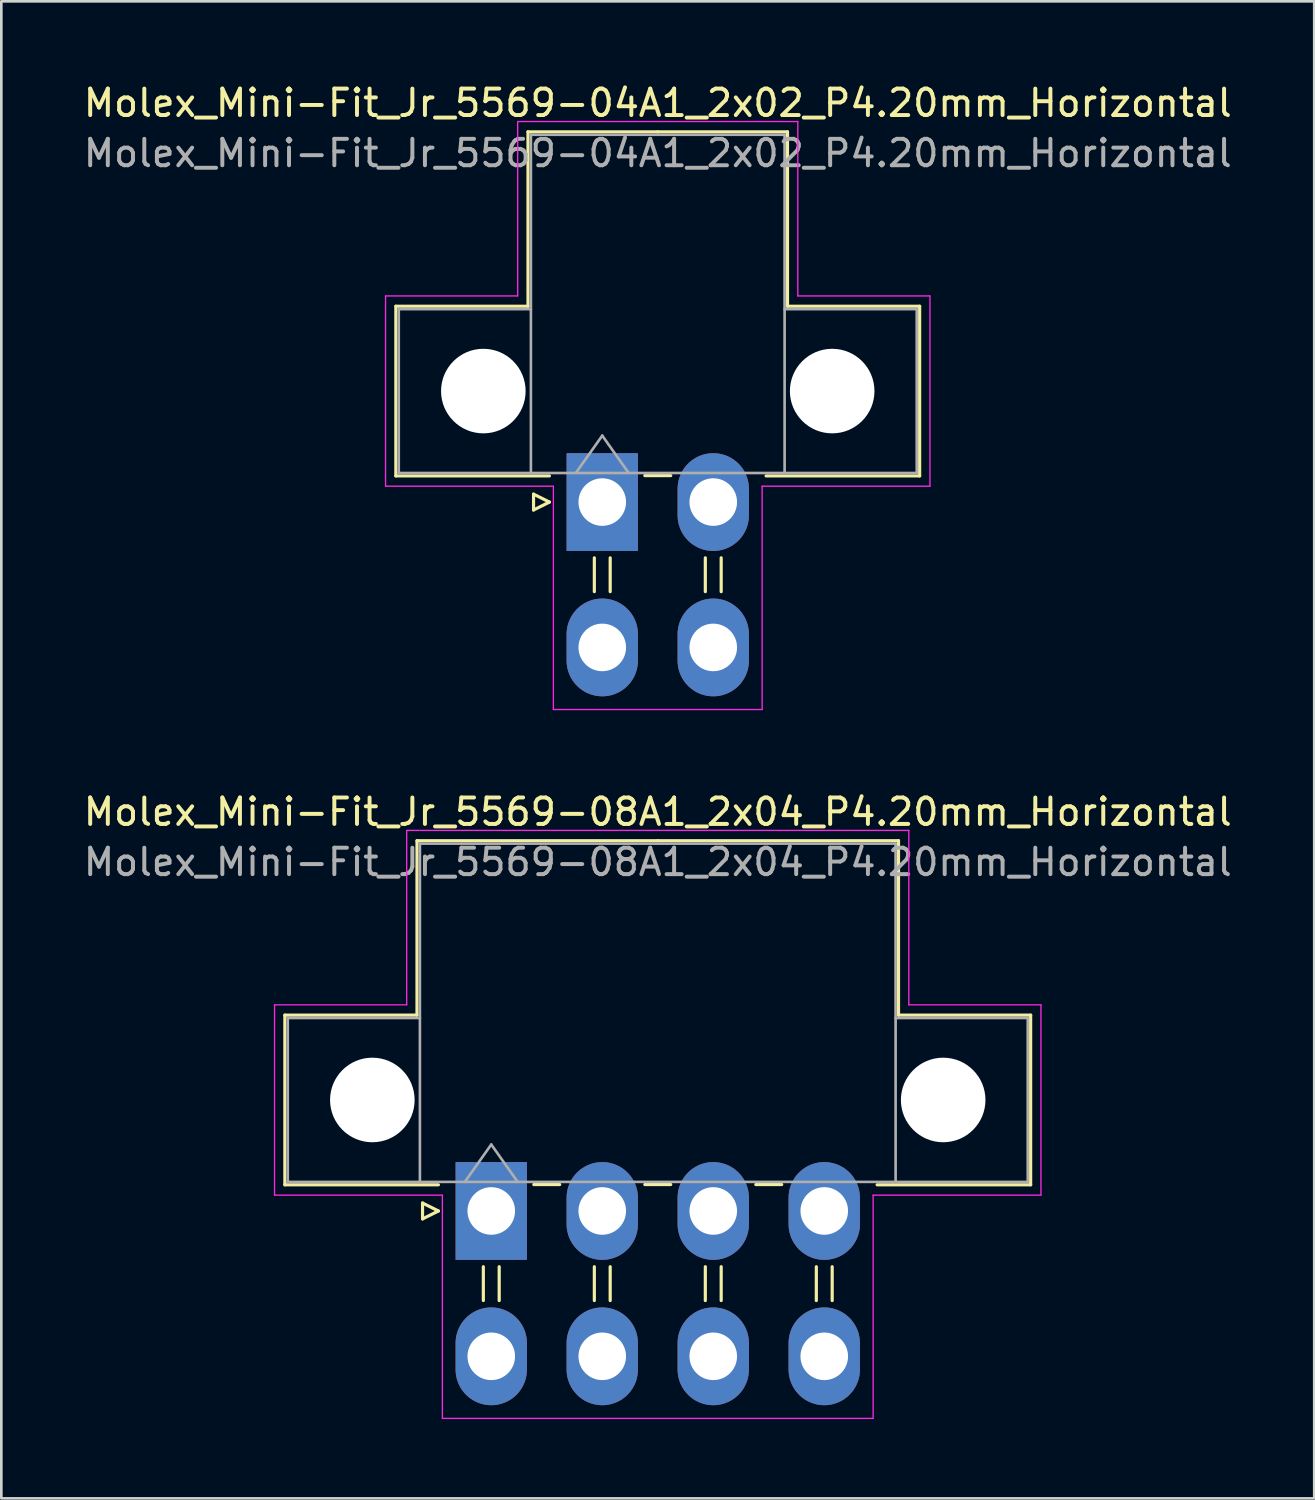
<source format=kicad_pcb>
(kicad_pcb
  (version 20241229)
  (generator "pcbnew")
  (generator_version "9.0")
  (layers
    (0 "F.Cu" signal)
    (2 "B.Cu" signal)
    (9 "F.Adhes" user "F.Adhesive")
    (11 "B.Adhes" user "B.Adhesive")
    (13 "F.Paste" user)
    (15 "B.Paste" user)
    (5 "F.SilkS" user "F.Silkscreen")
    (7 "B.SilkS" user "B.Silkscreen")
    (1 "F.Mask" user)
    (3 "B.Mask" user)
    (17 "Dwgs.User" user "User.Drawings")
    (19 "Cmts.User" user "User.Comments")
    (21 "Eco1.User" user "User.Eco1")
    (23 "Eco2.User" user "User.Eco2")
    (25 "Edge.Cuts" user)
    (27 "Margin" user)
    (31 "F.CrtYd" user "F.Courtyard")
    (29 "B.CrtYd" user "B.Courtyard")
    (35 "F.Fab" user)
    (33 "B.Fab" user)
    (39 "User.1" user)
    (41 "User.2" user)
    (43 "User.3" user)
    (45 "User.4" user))
  (footprint "Molex_Mini-Fit_Jr_5569-08A1_2x04_P4.20mm_Horizontal"
    (layer "F.Cu")
    (at 15.539 42.772)
    (property "Reference" "Molex_Mini-Fit_Jr_5569-08A1_2x04_P4.20mm_Horizontal" (at 6.3 -15.1 0) (layer "F.SilkS") (effects (font (size 1 1) (thickness 0.15))))
    (attr through_hole)
    (fp_line (start -7.81 -7.41) (end -7.81 -0.99) (stroke (width 0.12) (type solid)) (layer "F.SilkS"))
    (fp_line (start -7.81 -0.99) (end -2 -0.99) (stroke (width 0.12) (type solid)) (layer "F.SilkS"))
    (fp_line (start -2.81 -14.01) (end -2.81 -7.41) (stroke (width 0.12) (type solid)) (layer "F.SilkS"))
    (fp_line (start -2.81 -7.41) (end -7.81 -7.41) (stroke (width 0.12) (type solid)) (layer "F.SilkS"))
    (fp_line (start -2.6 -0.3) (end -2 0) (stroke (width 0.12) (type solid)) (layer "F.SilkS"))
    (fp_line (start -2.6 0.3) (end -2.6 -0.3) (stroke (width 0.12) (type solid)) (layer "F.SilkS"))
    (fp_line (start -2 0) (end -2.6 0.3) (stroke (width 0.12) (type solid)) (layer "F.SilkS"))
    (fp_line (start -0.3 2.11) (end -0.3 3.39) (stroke (width 0.12) (type solid)) (layer "F.SilkS"))
    (fp_line (start 0.3 2.11) (end 0.3 3.39) (stroke (width 0.12) (type solid)) (layer "F.SilkS"))
    (fp_line (start 1.61 -1) (end 2.59 -1) (stroke (width 0.12) (type solid)) (layer "F.SilkS"))
    (fp_line (start 3.9 2.11) (end 3.9 3.39) (stroke (width 0.12) (type solid)) (layer "F.SilkS"))
    (fp_line (start 4.5 2.11) (end 4.5 3.39) (stroke (width 0.12) (type solid)) (layer "F.SilkS"))
    (fp_line (start 5.81 -1) (end 6.79 -1) (stroke (width 0.12) (type solid)) (layer "F.SilkS"))
    (fp_line (start 6.3 -14.01) (end -2.81 -14.01) (stroke (width 0.12) (type solid)) (layer "F.SilkS"))
    (fp_line (start 6.3 -14.01) (end 15.41 -14.01) (stroke (width 0.12) (type solid)) (layer "F.SilkS"))
    (fp_line (start 8.1 2.11) (end 8.1 3.39) (stroke (width 0.12) (type solid)) (layer "F.SilkS"))
    (fp_line (start 8.7 2.11) (end 8.7 3.39) (stroke (width 0.12) (type solid)) (layer "F.SilkS"))
    (fp_line (start 10.01 -1) (end 10.99 -1) (stroke (width 0.12) (type solid)) (layer "F.SilkS"))
    (fp_line (start 12.3 2.11) (end 12.3 3.39) (stroke (width 0.12) (type solid)) (layer "F.SilkS"))
    (fp_line (start 12.9 2.11) (end 12.9 3.39) (stroke (width 0.12) (type solid)) (layer "F.SilkS"))
    (fp_line (start 15.41 -14.01) (end 15.41 -7.41) (stroke (width 0.12) (type solid)) (layer "F.SilkS"))
    (fp_line (start 15.41 -7.41) (end 20.41 -7.41) (stroke (width 0.12) (type solid)) (layer "F.SilkS"))
    (fp_line (start 20.41 -7.41) (end 20.41 -0.99) (stroke (width 0.12) (type solid)) (layer "F.SilkS"))
    (fp_line (start 20.41 -0.99) (end 14.6 -0.99) (stroke (width 0.12) (type solid)) (layer "F.SilkS"))
    (fp_line (start -8.2 -7.8) (end -8.2 -0.6) (stroke (width 0.05) (type solid)) (layer "F.CrtYd"))
    (fp_line (start -8.2 -0.6) (end -1.85 -0.6) (stroke (width 0.05) (type solid)) (layer "F.CrtYd"))
    (fp_line (start -3.2 -14.4) (end -3.2 -7.8) (stroke (width 0.05) (type solid)) (layer "F.CrtYd"))
    (fp_line (start -3.2 -7.8) (end -8.2 -7.8) (stroke (width 0.05) (type solid)) (layer "F.CrtYd"))
    (fp_line (start -1.85 -0.6) (end -1.85 7.85) (stroke (width 0.05) (type solid)) (layer "F.CrtYd"))
    (fp_line (start -1.85 7.85) (end 6.3 7.85) (stroke (width 0.05) (type solid)) (layer "F.CrtYd"))
    (fp_line (start 6.3 -14.4) (end -3.2 -14.4) (stroke (width 0.05) (type solid)) (layer "F.CrtYd"))
    (fp_line (start 6.3 -14.4) (end 15.8 -14.4) (stroke (width 0.05) (type solid)) (layer "F.CrtYd"))
    (fp_line (start 14.45 -0.6) (end 14.45 7.85) (stroke (width 0.05) (type solid)) (layer "F.CrtYd"))
    (fp_line (start 14.45 7.85) (end 6.3 7.85) (stroke (width 0.05) (type solid)) (layer "F.CrtYd"))
    (fp_line (start 15.8 -14.4) (end 15.8 -7.8) (stroke (width 0.05) (type solid)) (layer "F.CrtYd"))
    (fp_line (start 15.8 -7.8) (end 20.8 -7.8) (stroke (width 0.05) (type solid)) (layer "F.CrtYd"))
    (fp_line (start 20.8 -7.8) (end 20.8 -0.6) (stroke (width 0.05) (type solid)) (layer "F.CrtYd"))
    (fp_line (start 20.8 -0.6) (end 14.45 -0.6) (stroke (width 0.05) (type solid)) (layer "F.CrtYd"))
    (fp_line (start -7.7 -7.3) (end -7.7 -1.1) (stroke (width 0.1) (type solid)) (layer "F.Fab"))
    (fp_line (start -7.7 -1.1) (end -2.7 -1.1) (stroke (width 0.1) (type solid)) (layer "F.Fab"))
    (fp_line (start -2.7 -13.9) (end -2.7 -1.1) (stroke (width 0.1) (type solid)) (layer "F.Fab"))
    (fp_line (start -2.7 -7.3) (end -7.7 -7.3) (stroke (width 0.1) (type solid)) (layer "F.Fab"))
    (fp_line (start -2.7 -1.1) (end 15.3 -1.1) (stroke (width 0.1) (type solid)) (layer "F.Fab"))
    (fp_line (start -1 -1.1) (end 0 -2.514) (stroke (width 0.1) (type solid)) (layer "F.Fab"))
    (fp_line (start 0 -2.514) (end 1 -1.1) (stroke (width 0.1) (type solid)) (layer "F.Fab"))
    (fp_line (start 15.3 -13.9) (end -2.7 -13.9) (stroke (width 0.1) (type solid)) (layer "F.Fab"))
    (fp_line (start 15.3 -7.3) (end 20.3 -7.3) (stroke (width 0.1) (type solid)) (layer "F.Fab"))
    (fp_line (start 15.3 -1.1) (end 15.3 -13.9) (stroke (width 0.1) (type solid)) (layer "F.Fab"))
    (fp_line (start 20.3 -7.3) (end 20.3 -1.1) (stroke (width 0.1) (type solid)) (layer "F.Fab"))
    (fp_line (start 20.3 -1.1) (end 15.3 -1.1) (stroke (width 0.1) (type solid)) (layer "F.Fab"))
    (fp_text user "${REFERENCE}" (at 6.3 -13.2 0) (layer "F.Fab") (effects (font (size 1 1) (thickness 0.15))))
    (pad "" np_thru_hole circle (at -4.5 -4.2) (size 3.2 3.2) (drill 3.2) (layers "*.Cu" "*.Mask"))
    (pad "" np_thru_hole circle (at 17.1 -4.2) (size 3.2 3.2) (drill 3.2) (layers "*.Cu" "*.Mask"))
    (pad "1" thru_hole rect (at 0 0) (size 2.7 3.7) (drill 1.8) (layers "*.Cu" "*.Mask"))
    (pad "2" thru_hole oval (at 4.2 0) (size 2.7 3.7) (drill 1.8) (layers "*.Cu" "*.Mask"))
    (pad "3" thru_hole oval (at 8.4 0) (size 2.7 3.7) (drill 1.8) (layers "*.Cu" "*.Mask"))
    (pad "4" thru_hole oval (at 12.6 0) (size 2.7 3.7) (drill 1.8) (layers "*.Cu" "*.Mask"))
    (pad "5" thru_hole oval (at 0 5.5) (size 2.7 3.7) (drill 1.8) (layers "*.Cu" "*.Mask"))
    (pad "6" thru_hole oval (at 4.2 5.5) (size 2.7 3.7) (drill 1.8) (layers "*.Cu" "*.Mask"))
    (pad "7" thru_hole oval (at 8.4 5.5) (size 2.7 3.7) (drill 1.8) (layers "*.Cu" "*.Mask"))
    (pad "8" thru_hole oval (at 12.6 5.5) (size 2.7 3.7) (drill 1.8) (layers "*.Cu" "*.Mask")))
  (footprint "Molex_Mini-Fit_Jr_5569-04A1_2x02_P4.20mm_Horizontal"
    (layer "F.Cu")
    (at 19.739 15.948)
    (property "Reference" "Molex_Mini-Fit_Jr_5569-04A1_2x02_P4.20mm_Horizontal" (at 2.1 -15.1 0) (layer "F.SilkS") (effects (font (size 1 1) (thickness 0.15))))
    (attr through_hole)
    (fp_line (start -7.81 -7.41) (end -7.81 -0.99) (stroke (width 0.12) (type solid)) (layer "F.SilkS"))
    (fp_line (start -7.81 -0.99) (end -2 -0.99) (stroke (width 0.12) (type solid)) (layer "F.SilkS"))
    (fp_line (start -2.81 -14.01) (end -2.81 -7.41) (stroke (width 0.12) (type solid)) (layer "F.SilkS"))
    (fp_line (start -2.81 -7.41) (end -7.81 -7.41) (stroke (width 0.12) (type solid)) (layer "F.SilkS"))
    (fp_line (start -2.6 -0.3) (end -2 0) (stroke (width 0.12) (type solid)) (layer "F.SilkS"))
    (fp_line (start -2.6 0.3) (end -2.6 -0.3) (stroke (width 0.12) (type solid)) (layer "F.SilkS"))
    (fp_line (start -2 0) (end -2.6 0.3) (stroke (width 0.12) (type solid)) (layer "F.SilkS"))
    (fp_line (start -0.3 2.11) (end -0.3 3.39) (stroke (width 0.12) (type solid)) (layer "F.SilkS"))
    (fp_line (start 0.3 2.11) (end 0.3 3.39) (stroke (width 0.12) (type solid)) (layer "F.SilkS"))
    (fp_line (start 1.61 -1) (end 2.59 -1) (stroke (width 0.12) (type solid)) (layer "F.SilkS"))
    (fp_line (start 2.1 -14.01) (end -2.81 -14.01) (stroke (width 0.12) (type solid)) (layer "F.SilkS"))
    (fp_line (start 2.1 -14.01) (end 7.01 -14.01) (stroke (width 0.12) (type solid)) (layer "F.SilkS"))
    (fp_line (start 3.9 2.11) (end 3.9 3.39) (stroke (width 0.12) (type solid)) (layer "F.SilkS"))
    (fp_line (start 4.5 2.11) (end 4.5 3.39) (stroke (width 0.12) (type solid)) (layer "F.SilkS"))
    (fp_line (start 7.01 -14.01) (end 7.01 -7.41) (stroke (width 0.12) (type solid)) (layer "F.SilkS"))
    (fp_line (start 7.01 -7.41) (end 12.01 -7.41) (stroke (width 0.12) (type solid)) (layer "F.SilkS"))
    (fp_line (start 12.01 -7.41) (end 12.01 -0.99) (stroke (width 0.12) (type solid)) (layer "F.SilkS"))
    (fp_line (start 12.01 -0.99) (end 6.2 -0.99) (stroke (width 0.12) (type solid)) (layer "F.SilkS"))
    (fp_line (start -8.2 -7.8) (end -8.2 -0.6) (stroke (width 0.05) (type solid)) (layer "F.CrtYd"))
    (fp_line (start -8.2 -0.6) (end -1.85 -0.6) (stroke (width 0.05) (type solid)) (layer "F.CrtYd"))
    (fp_line (start -3.2 -14.4) (end -3.2 -7.8) (stroke (width 0.05) (type solid)) (layer "F.CrtYd"))
    (fp_line (start -3.2 -7.8) (end -8.2 -7.8) (stroke (width 0.05) (type solid)) (layer "F.CrtYd"))
    (fp_line (start -1.85 -0.6) (end -1.85 7.85) (stroke (width 0.05) (type solid)) (layer "F.CrtYd"))
    (fp_line (start -1.85 7.85) (end 2.1 7.85) (stroke (width 0.05) (type solid)) (layer "F.CrtYd"))
    (fp_line (start 2.1 -14.4) (end -3.2 -14.4) (stroke (width 0.05) (type solid)) (layer "F.CrtYd"))
    (fp_line (start 2.1 -14.4) (end 7.4 -14.4) (stroke (width 0.05) (type solid)) (layer "F.CrtYd"))
    (fp_line (start 6.05 -0.6) (end 6.05 7.85) (stroke (width 0.05) (type solid)) (layer "F.CrtYd"))
    (fp_line (start 6.05 7.85) (end 2.1 7.85) (stroke (width 0.05) (type solid)) (layer "F.CrtYd"))
    (fp_line (start 7.4 -14.4) (end 7.4 -7.8) (stroke (width 0.05) (type solid)) (layer "F.CrtYd"))
    (fp_line (start 7.4 -7.8) (end 12.4 -7.8) (stroke (width 0.05) (type solid)) (layer "F.CrtYd"))
    (fp_line (start 12.4 -7.8) (end 12.4 -0.6) (stroke (width 0.05) (type solid)) (layer "F.CrtYd"))
    (fp_line (start 12.4 -0.6) (end 6.05 -0.6) (stroke (width 0.05) (type solid)) (layer "F.CrtYd"))
    (fp_line (start -7.7 -7.3) (end -7.7 -1.1) (stroke (width 0.1) (type solid)) (layer "F.Fab"))
    (fp_line (start -7.7 -1.1) (end -2.7 -1.1) (stroke (width 0.1) (type solid)) (layer "F.Fab"))
    (fp_line (start -2.7 -13.9) (end -2.7 -1.1) (stroke (width 0.1) (type solid)) (layer "F.Fab"))
    (fp_line (start -2.7 -7.3) (end -7.7 -7.3) (stroke (width 0.1) (type solid)) (layer "F.Fab"))
    (fp_line (start -2.7 -1.1) (end 6.9 -1.1) (stroke (width 0.1) (type solid)) (layer "F.Fab"))
    (fp_line (start -1 -1.1) (end 0 -2.514) (stroke (width 0.1) (type solid)) (layer "F.Fab"))
    (fp_line (start 0 -2.514) (end 1 -1.1) (stroke (width 0.1) (type solid)) (layer "F.Fab"))
    (fp_line (start 6.9 -13.9) (end -2.7 -13.9) (stroke (width 0.1) (type solid)) (layer "F.Fab"))
    (fp_line (start 6.9 -7.3) (end 11.9 -7.3) (stroke (width 0.1) (type solid)) (layer "F.Fab"))
    (fp_line (start 6.9 -1.1) (end 6.9 -13.9) (stroke (width 0.1) (type solid)) (layer "F.Fab"))
    (fp_line (start 11.9 -7.3) (end 11.9 -1.1) (stroke (width 0.1) (type solid)) (layer "F.Fab"))
    (fp_line (start 11.9 -1.1) (end 6.9 -1.1) (stroke (width 0.1) (type solid)) (layer "F.Fab"))
    (fp_text user "${REFERENCE}" (at 2.1 -13.2 0) (layer "F.Fab") (effects (font (size 1 1) (thickness 0.15))))
    (pad "" np_thru_hole circle (at -4.5 -4.2) (size 3.2 3.2) (drill 3.2) (layers "*.Cu" "*.Mask"))
    (pad "" np_thru_hole circle (at 8.7 -4.2) (size 3.2 3.2) (drill 3.2) (layers "*.Cu" "*.Mask"))
    (pad "1" thru_hole rect (at 0 0) (size 2.7 3.7) (drill 1.8) (layers "*.Cu" "*.Mask"))
    (pad "2" thru_hole oval (at 4.2 0) (size 2.7 3.7) (drill 1.8) (layers "*.Cu" "*.Mask"))
    (pad "3" thru_hole oval (at 0 5.5) (size 2.7 3.7) (drill 1.8) (layers "*.Cu" "*.Mask"))
    (pad "4" thru_hole oval (at 4.2 5.5) (size 2.7 3.7) (drill 1.8) (layers "*.Cu" "*.Mask")))
  (gr_rect
    (start -3 -3)
    (end 46.679 53.647)
    (stroke (width 0.1) (type default))
    (fill no)
    (layer "Edge.Cuts")))
</source>
